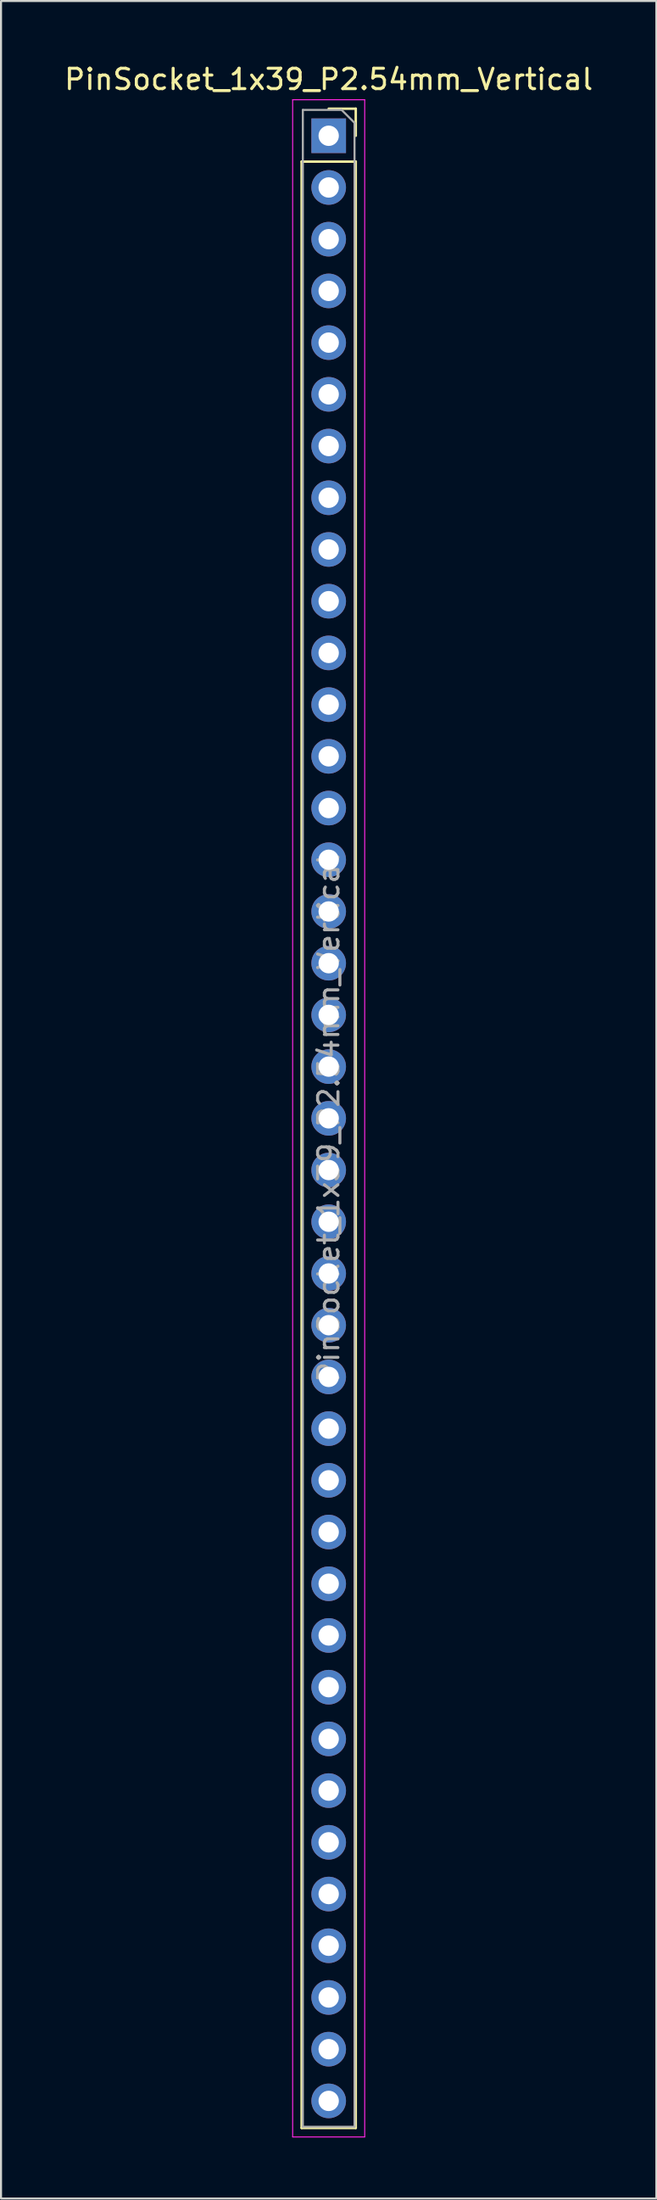
<source format=kicad_pcb>
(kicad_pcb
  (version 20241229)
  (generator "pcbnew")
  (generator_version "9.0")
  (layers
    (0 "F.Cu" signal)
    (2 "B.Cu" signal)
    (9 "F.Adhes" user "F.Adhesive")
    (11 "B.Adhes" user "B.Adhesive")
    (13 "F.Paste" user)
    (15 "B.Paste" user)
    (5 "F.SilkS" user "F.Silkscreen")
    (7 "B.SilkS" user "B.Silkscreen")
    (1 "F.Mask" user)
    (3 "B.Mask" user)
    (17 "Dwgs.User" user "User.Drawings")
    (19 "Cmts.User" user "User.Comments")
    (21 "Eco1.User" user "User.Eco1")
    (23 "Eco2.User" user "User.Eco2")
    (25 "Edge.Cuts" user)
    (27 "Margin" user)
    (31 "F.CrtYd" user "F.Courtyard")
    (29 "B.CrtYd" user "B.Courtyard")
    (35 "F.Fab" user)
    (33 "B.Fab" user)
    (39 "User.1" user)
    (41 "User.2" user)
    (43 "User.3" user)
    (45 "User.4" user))
  (footprint "PinSocket_1x39_P2.54mm_Vertical"
    (layer "F.Cu")
    (at 13.101 3.618)
    (property "Reference" "PinSocket_1x39_P2.54mm_Vertical" (at 0 -2.77 0) (layer "F.SilkS") (effects (font (size 1 1) (thickness 0.15))))
    (attr through_hole)
    (fp_line (start -1.33 1.27) (end -1.33 97.85) (stroke (width 0.12) (type solid)) (layer "F.SilkS"))
    (fp_line (start -1.33 1.27) (end 1.33 1.27) (stroke (width 0.12) (type solid)) (layer "F.SilkS"))
    (fp_line (start -1.33 97.85) (end 1.33 97.85) (stroke (width 0.12) (type solid)) (layer "F.SilkS"))
    (fp_line (start 0 -1.33) (end 1.33 -1.33) (stroke (width 0.12) (type solid)) (layer "F.SilkS"))
    (fp_line (start 1.33 -1.33) (end 1.33 0) (stroke (width 0.12) (type solid)) (layer "F.SilkS"))
    (fp_line (start 1.33 1.27) (end 1.33 97.85) (stroke (width 0.12) (type solid)) (layer "F.SilkS"))
    (fp_line (start -1.77 -1.77) (end 1.77 -1.77) (stroke (width 0.05) (type solid)) (layer "F.CrtYd"))
    (fp_line (start -1.77 98.29) (end -1.77 -1.77) (stroke (width 0.05) (type solid)) (layer "F.CrtYd"))
    (fp_line (start 1.77 -1.77) (end 1.77 98.29) (stroke (width 0.05) (type solid)) (layer "F.CrtYd"))
    (fp_line (start 1.77 98.29) (end -1.77 98.29) (stroke (width 0.05) (type solid)) (layer "F.CrtYd"))
    (fp_line (start -1.27 -1.27) (end 0.635 -1.27) (stroke (width 0.1) (type solid)) (layer "F.Fab"))
    (fp_line (start -1.27 97.79) (end -1.27 -1.27) (stroke (width 0.1) (type solid)) (layer "F.Fab"))
    (fp_line (start 0.635 -1.27) (end 1.27 -0.635) (stroke (width 0.1) (type solid)) (layer "F.Fab"))
    (fp_line (start 1.27 -0.635) (end 1.27 97.79) (stroke (width 0.1) (type solid)) (layer "F.Fab"))
    (fp_line (start 1.27 97.79) (end -1.27 97.79) (stroke (width 0.1) (type solid)) (layer "F.Fab"))
    (fp_text user "${REFERENCE}" (at 0 48.26 90) (layer "F.Fab") (effects (font (size 1 1) (thickness 0.15))))
    (pad "1" thru_hole rect (at 0 0) (size 1.7 1.7) (drill 1) (layers "*.Cu" "*.Mask"))
    (pad "2" thru_hole circle (at 0 2.54) (size 1.7 1.7) (drill 1) (layers "*.Cu" "*.Mask"))
    (pad "3" thru_hole circle (at 0 5.08) (size 1.7 1.7) (drill 1) (layers "*.Cu" "*.Mask"))
    (pad "4" thru_hole circle (at 0 7.62) (size 1.7 1.7) (drill 1) (layers "*.Cu" "*.Mask"))
    (pad "5" thru_hole circle (at 0 10.16) (size 1.7 1.7) (drill 1) (layers "*.Cu" "*.Mask"))
    (pad "6" thru_hole circle (at 0 12.7) (size 1.7 1.7) (drill 1) (layers "*.Cu" "*.Mask"))
    (pad "7" thru_hole circle (at 0 15.24) (size 1.7 1.7) (drill 1) (layers "*.Cu" "*.Mask"))
    (pad "8" thru_hole circle (at 0 17.78) (size 1.7 1.7) (drill 1) (layers "*.Cu" "*.Mask"))
    (pad "9" thru_hole circle (at 0 20.32) (size 1.7 1.7) (drill 1) (layers "*.Cu" "*.Mask"))
    (pad "10" thru_hole circle (at 0 22.86) (size 1.7 1.7) (drill 1) (layers "*.Cu" "*.Mask"))
    (pad "11" thru_hole circle (at 0 25.4) (size 1.7 1.7) (drill 1) (layers "*.Cu" "*.Mask"))
    (pad "12" thru_hole circle (at 0 27.94) (size 1.7 1.7) (drill 1) (layers "*.Cu" "*.Mask"))
    (pad "13" thru_hole circle (at 0 30.48) (size 1.7 1.7) (drill 1) (layers "*.Cu" "*.Mask"))
    (pad "14" thru_hole circle (at 0 33.02) (size 1.7 1.7) (drill 1) (layers "*.Cu" "*.Mask"))
    (pad "15" thru_hole circle (at 0 35.56) (size 1.7 1.7) (drill 1) (layers "*.Cu" "*.Mask"))
    (pad "16" thru_hole circle (at 0 38.1) (size 1.7 1.7) (drill 1) (layers "*.Cu" "*.Mask"))
    (pad "17" thru_hole circle (at 0 40.64) (size 1.7 1.7) (drill 1) (layers "*.Cu" "*.Mask"))
    (pad "18" thru_hole circle (at 0 43.18) (size 1.7 1.7) (drill 1) (layers "*.Cu" "*.Mask"))
    (pad "19" thru_hole circle (at 0 45.72) (size 1.7 1.7) (drill 1) (layers "*.Cu" "*.Mask"))
    (pad "20" thru_hole circle (at 0 48.26) (size 1.7 1.7) (drill 1) (layers "*.Cu" "*.Mask"))
    (pad "21" thru_hole circle (at 0 50.8) (size 1.7 1.7) (drill 1) (layers "*.Cu" "*.Mask"))
    (pad "22" thru_hole circle (at 0 53.34) (size 1.7 1.7) (drill 1) (layers "*.Cu" "*.Mask"))
    (pad "23" thru_hole circle (at 0 55.88) (size 1.7 1.7) (drill 1) (layers "*.Cu" "*.Mask"))
    (pad "24" thru_hole circle (at 0 58.42) (size 1.7 1.7) (drill 1) (layers "*.Cu" "*.Mask"))
    (pad "25" thru_hole circle (at 0 60.96) (size 1.7 1.7) (drill 1) (layers "*.Cu" "*.Mask"))
    (pad "26" thru_hole circle (at 0 63.5) (size 1.7 1.7) (drill 1) (layers "*.Cu" "*.Mask"))
    (pad "27" thru_hole circle (at 0 66.04) (size 1.7 1.7) (drill 1) (layers "*.Cu" "*.Mask"))
    (pad "28" thru_hole circle (at 0 68.58) (size 1.7 1.7) (drill 1) (layers "*.Cu" "*.Mask"))
    (pad "29" thru_hole circle (at 0 71.12) (size 1.7 1.7) (drill 1) (layers "*.Cu" "*.Mask"))
    (pad "30" thru_hole circle (at 0 73.66) (size 1.7 1.7) (drill 1) (layers "*.Cu" "*.Mask"))
    (pad "31" thru_hole circle (at 0 76.2) (size 1.7 1.7) (drill 1) (layers "*.Cu" "*.Mask"))
    (pad "32" thru_hole circle (at 0 78.74) (size 1.7 1.7) (drill 1) (layers "*.Cu" "*.Mask"))
    (pad "33" thru_hole circle (at 0 81.28) (size 1.7 1.7) (drill 1) (layers "*.Cu" "*.Mask"))
    (pad "34" thru_hole circle (at 0 83.82) (size 1.7 1.7) (drill 1) (layers "*.Cu" "*.Mask"))
    (pad "35" thru_hole circle (at 0 86.36) (size 1.7 1.7) (drill 1) (layers "*.Cu" "*.Mask"))
    (pad "36" thru_hole circle (at 0 88.9) (size 1.7 1.7) (drill 1) (layers "*.Cu" "*.Mask"))
    (pad "37" thru_hole circle (at 0 91.44) (size 1.7 1.7) (drill 1) (layers "*.Cu" "*.Mask"))
    (pad "38" thru_hole circle (at 0 93.98) (size 1.7 1.7) (drill 1) (layers "*.Cu" "*.Mask"))
    (pad "39" thru_hole circle (at 0 96.52) (size 1.7 1.7) (drill 1) (layers "*.Cu" "*.Mask")))
  (gr_rect
    (start -3 -3)
    (end 29.202 104.933)
    (stroke (width 0.1) (type default))
    (fill no)
    (layer "Edge.Cuts")))
</source>
